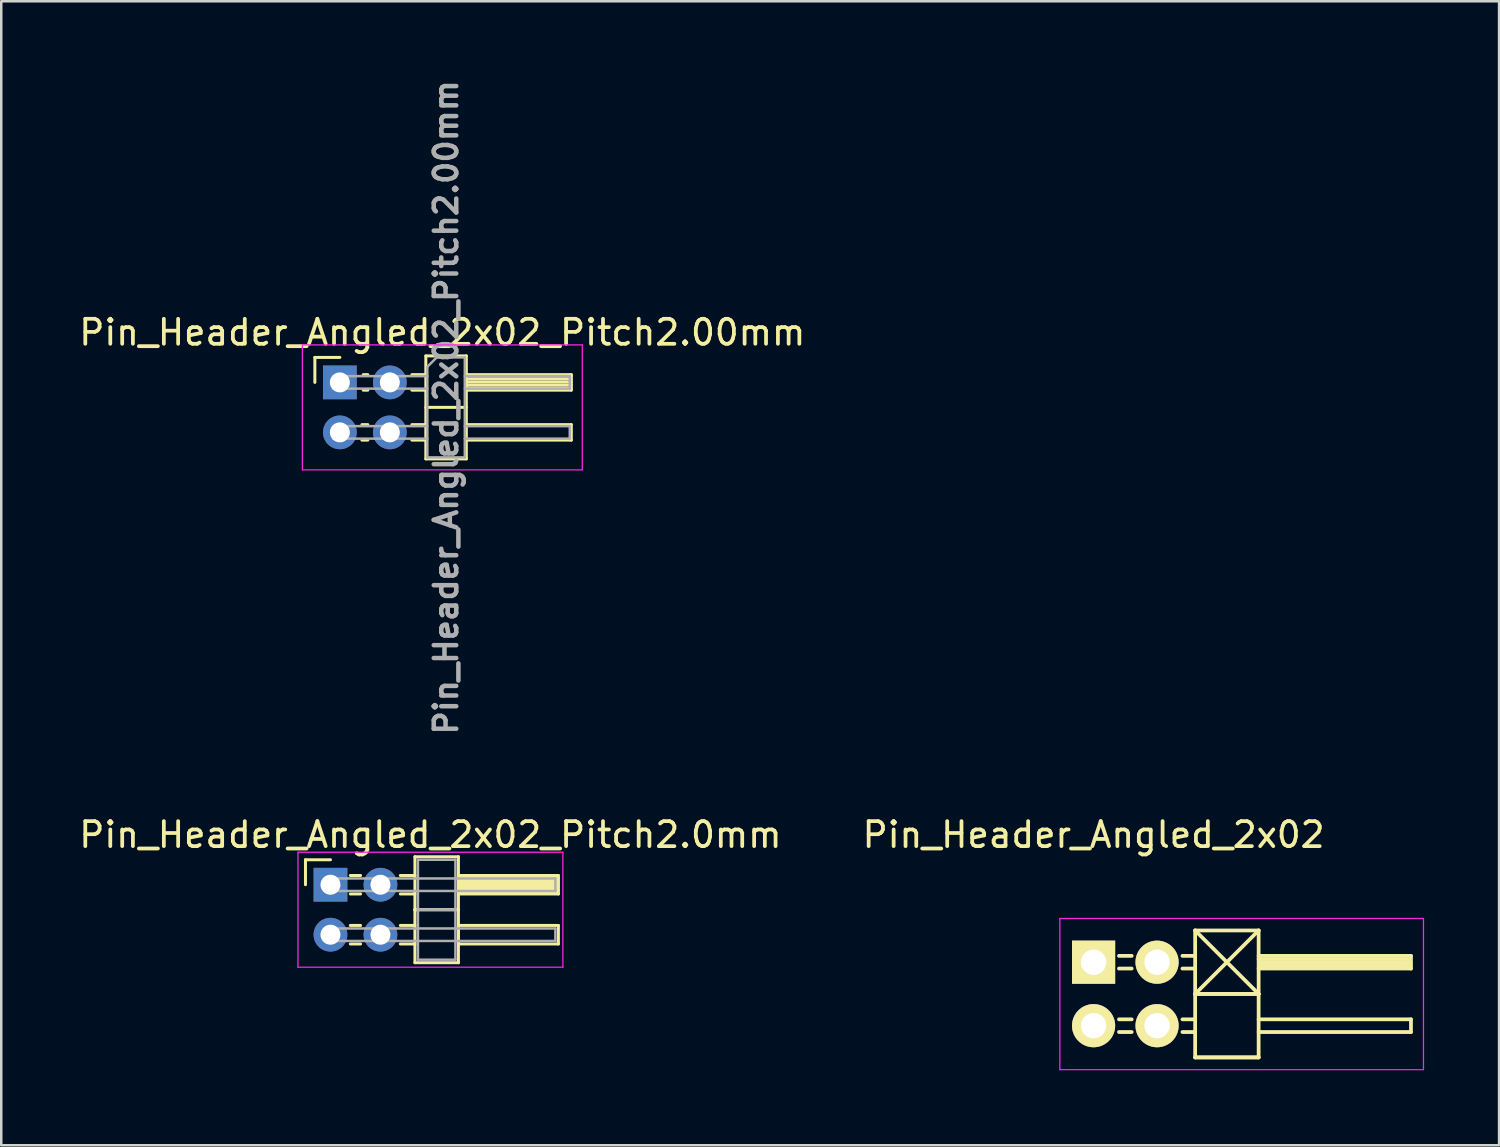
<source format=kicad_pcb>
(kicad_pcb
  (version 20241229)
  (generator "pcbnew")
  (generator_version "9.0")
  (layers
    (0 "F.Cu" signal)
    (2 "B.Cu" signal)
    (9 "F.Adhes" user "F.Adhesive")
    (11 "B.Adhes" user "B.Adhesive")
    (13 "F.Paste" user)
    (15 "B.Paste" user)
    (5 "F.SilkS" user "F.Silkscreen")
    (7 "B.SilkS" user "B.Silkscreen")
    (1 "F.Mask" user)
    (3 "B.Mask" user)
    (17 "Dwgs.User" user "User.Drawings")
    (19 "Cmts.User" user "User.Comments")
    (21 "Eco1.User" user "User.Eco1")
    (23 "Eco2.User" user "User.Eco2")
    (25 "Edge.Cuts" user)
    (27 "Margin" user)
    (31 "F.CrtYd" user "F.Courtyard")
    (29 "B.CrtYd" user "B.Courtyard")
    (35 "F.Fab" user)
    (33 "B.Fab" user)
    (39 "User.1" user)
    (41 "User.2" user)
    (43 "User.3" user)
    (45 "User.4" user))
  (footprint "Pin_Header_Angled_2x02"
    (layer "F.Cu")
    (at 40.708 35.451)
    (property "Reference" "Pin_Header_Angled_2x02" (at 0 -5.1 0) (layer "F.SilkS") (effects (font (size 1 1) (thickness 0.15))))
    (attr through_hole)
    (fp_line (start 1.524 -0.254) (end 1.016 -0.254) (stroke (width 0.15) (type solid)) (layer "F.SilkS"))
    (fp_line (start 1.524 0.254) (end 1.016 0.254) (stroke (width 0.15) (type solid)) (layer "F.SilkS"))
    (fp_line (start 1.524 2.286) (end 1.016 2.286) (stroke (width 0.15) (type solid)) (layer "F.SilkS"))
    (fp_line (start 1.524 2.794) (end 1.016 2.794) (stroke (width 0.15) (type solid)) (layer "F.SilkS"))
    (fp_line (start 4.064 -1.27) (end 4.064 1.27) (stroke (width 0.15) (type solid)) (layer "F.SilkS"))
    (fp_line (start 4.064 -1.27) (end 6.604 -1.27) (stroke (width 0.15) (type solid)) (layer "F.SilkS"))
    (fp_line (start 4.064 -1.27) (end 6.604 1.27) (stroke (width 0.15) (type solid)) (layer "F.SilkS"))
    (fp_line (start 4.064 -0.254) (end 3.556 -0.254) (stroke (width 0.15) (type solid)) (layer "F.SilkS"))
    (fp_line (start 4.064 0.254) (end 3.556 0.254) (stroke (width 0.15) (type solid)) (layer "F.SilkS"))
    (fp_line (start 4.064 1.27) (end 4.064 3.81) (stroke (width 0.15) (type solid)) (layer "F.SilkS"))
    (fp_line (start 4.064 1.27) (end 6.604 1.27) (stroke (width 0.15) (type solid)) (layer "F.SilkS"))
    (fp_line (start 4.064 1.27) (end 6.604 1.27) (stroke (width 0.15) (type solid)) (layer "F.SilkS"))
    (fp_line (start 4.064 2.286) (end 3.556 2.286) (stroke (width 0.15) (type solid)) (layer "F.SilkS"))
    (fp_line (start 4.064 2.794) (end 3.556 2.794) (stroke (width 0.15) (type solid)) (layer "F.SilkS"))
    (fp_line (start 4.064 3.81) (end 6.604 3.81) (stroke (width 0.15) (type solid)) (layer "F.SilkS"))
    (fp_line (start 4.064 3.81) (end 6.604 3.81) (stroke (width 0.15) (type solid)) (layer "F.SilkS"))
    (fp_line (start 6.604 -1.27) (end 4.064 1.27) (stroke (width 0.15) (type solid)) (layer "F.SilkS"))
    (fp_line (start 6.604 -0.254) (end 12.7 -0.254) (stroke (width 0.15) (type solid)) (layer "F.SilkS"))
    (fp_line (start 6.604 -0.127) (end 12.573 -0.127) (stroke (width 0.15) (type solid)) (layer "F.SilkS"))
    (fp_line (start 6.604 1.27) (end 6.604 -1.27) (stroke (width 0.15) (type solid)) (layer "F.SilkS"))
    (fp_line (start 6.604 2.286) (end 12.7 2.286) (stroke (width 0.15) (type solid)) (layer "F.SilkS"))
    (fp_line (start 6.604 3.81) (end 6.604 1.27) (stroke (width 0.15) (type solid)) (layer "F.SilkS"))
    (fp_line (start 6.731 0) (end 12.573 0) (stroke (width 0.15) (type solid)) (layer "F.SilkS"))
    (fp_line (start 6.731 0.127) (end 6.731 0) (stroke (width 0.15) (type solid)) (layer "F.SilkS"))
    (fp_line (start 12.573 -0.127) (end 12.573 0.127) (stroke (width 0.15) (type solid)) (layer "F.SilkS"))
    (fp_line (start 12.573 0.127) (end 6.731 0.127) (stroke (width 0.15) (type solid)) (layer "F.SilkS"))
    (fp_line (start 12.7 -0.254) (end 12.7 0.254) (stroke (width 0.15) (type solid)) (layer "F.SilkS"))
    (fp_line (start 12.7 0.254) (end 6.604 0.254) (stroke (width 0.15) (type solid)) (layer "F.SilkS"))
    (fp_line (start 12.7 2.286) (end 12.7 2.794) (stroke (width 0.15) (type solid)) (layer "F.SilkS"))
    (fp_line (start 12.7 2.794) (end 6.604 2.794) (stroke (width 0.15) (type solid)) (layer "F.SilkS"))
    (fp_line (start -1.35 -1.75) (end -1.35 4.3) (stroke (width 0.05) (type solid)) (layer "F.CrtYd"))
    (fp_line (start -1.35 -1.75) (end 13.2 -1.75) (stroke (width 0.05) (type solid)) (layer "F.CrtYd"))
    (fp_line (start -1.35 4.3) (end 13.2 4.3) (stroke (width 0.05) (type solid)) (layer "F.CrtYd"))
    (fp_line (start 13.2 -1.75) (end 13.2 4.3) (stroke (width 0.05) (type solid)) (layer "F.CrtYd"))
    (pad "1" thru_hole rect (at 0 0) (size 1.727 1.727) (drill 1.016) (layers "*.Cu" "*.Mask" "F.SilkS"))
    (pad "2" thru_hole oval (at 2.54 0) (size 1.727 1.727) (drill 1.016) (layers "*.Cu" "*.Mask" "F.SilkS"))
    (pad "3" thru_hole oval (at 0 2.54) (size 1.727 1.727) (drill 1.016) (layers "*.Cu" "*.Mask" "F.SilkS"))
    (pad "4" thru_hole oval (at 2.54 2.54) (size 1.727 1.727) (drill 1.016) (layers "*.Cu" "*.Mask" "F.SilkS")))
  (footprint "Pin_Header_Angled_2x02_Pitch2.00mm"
    (layer "F.Cu")
    (at 10.549 12.251)
    (property "Reference" "Pin_Header_Angled_2x02_Pitch2.00mm" (at 4.1 -2 0) (layer "F.SilkS") (effects (font (size 1 1) (thickness 0.15))))
    (attr through_hole)
    (fp_line (start -1 -1) (end 0 -1) (stroke (width 0.12) (type solid)) (layer "F.SilkS"))
    (fp_line (start -1 0) (end -1 -1) (stroke (width 0.12) (type solid)) (layer "F.SilkS"))
    (fp_line (start 0.882 1.69) (end 1.118 1.69) (stroke (width 0.12) (type solid)) (layer "F.SilkS"))
    (fp_line (start 0.882 2.31) (end 1.118 2.31) (stroke (width 0.12) (type solid)) (layer "F.SilkS"))
    (fp_line (start 0.935 -0.31) (end 1.118 -0.31) (stroke (width 0.12) (type solid)) (layer "F.SilkS"))
    (fp_line (start 0.935 0.31) (end 1.118 0.31) (stroke (width 0.12) (type solid)) (layer "F.SilkS"))
    (fp_line (start 2.882 -0.31) (end 3.44 -0.31) (stroke (width 0.12) (type solid)) (layer "F.SilkS"))
    (fp_line (start 2.882 0.31) (end 3.44 0.31) (stroke (width 0.12) (type solid)) (layer "F.SilkS"))
    (fp_line (start 2.882 1.69) (end 3.44 1.69) (stroke (width 0.12) (type solid)) (layer "F.SilkS"))
    (fp_line (start 2.882 2.31) (end 3.44 2.31) (stroke (width 0.12) (type solid)) (layer "F.SilkS"))
    (fp_line (start 3.44 -1.06) (end 3.44 3.06) (stroke (width 0.12) (type solid)) (layer "F.SilkS"))
    (fp_line (start 3.44 1) (end 5.06 1) (stroke (width 0.12) (type solid)) (layer "F.SilkS"))
    (fp_line (start 3.44 3.06) (end 5.06 3.06) (stroke (width 0.12) (type solid)) (layer "F.SilkS"))
    (fp_line (start 5.06 -1.06) (end 3.44 -1.06) (stroke (width 0.12) (type solid)) (layer "F.SilkS"))
    (fp_line (start 5.06 -0.31) (end 9.26 -0.31) (stroke (width 0.12) (type solid)) (layer "F.SilkS"))
    (fp_line (start 5.06 -0.25) (end 9.26 -0.25) (stroke (width 0.12) (type solid)) (layer "F.SilkS"))
    (fp_line (start 5.06 -0.13) (end 9.26 -0.13) (stroke (width 0.12) (type solid)) (layer "F.SilkS"))
    (fp_line (start 5.06 -0.01) (end 9.26 -0.01) (stroke (width 0.12) (type solid)) (layer "F.SilkS"))
    (fp_line (start 5.06 0.11) (end 9.26 0.11) (stroke (width 0.12) (type solid)) (layer "F.SilkS"))
    (fp_line (start 5.06 0.23) (end 9.26 0.23) (stroke (width 0.12) (type solid)) (layer "F.SilkS"))
    (fp_line (start 5.06 1.69) (end 9.26 1.69) (stroke (width 0.12) (type solid)) (layer "F.SilkS"))
    (fp_line (start 5.06 3.06) (end 5.06 -1.06) (stroke (width 0.12) (type solid)) (layer "F.SilkS"))
    (fp_line (start 9.26 -0.31) (end 9.26 0.31) (stroke (width 0.12) (type solid)) (layer "F.SilkS"))
    (fp_line (start 9.26 0.31) (end 5.06 0.31) (stroke (width 0.12) (type solid)) (layer "F.SilkS"))
    (fp_line (start 9.26 1.69) (end 9.26 2.31) (stroke (width 0.12) (type solid)) (layer "F.SilkS"))
    (fp_line (start 9.26 2.31) (end 5.06 2.31) (stroke (width 0.12) (type solid)) (layer "F.SilkS"))
    (fp_line (start -1.5 -1.5) (end -1.5 3.5) (stroke (width 0.05) (type solid)) (layer "F.CrtYd"))
    (fp_line (start -1.5 3.5) (end 9.7 3.5) (stroke (width 0.05) (type solid)) (layer "F.CrtYd"))
    (fp_line (start 9.7 -1.5) (end -1.5 -1.5) (stroke (width 0.05) (type solid)) (layer "F.CrtYd"))
    (fp_line (start 9.7 3.5) (end 9.7 -1.5) (stroke (width 0.05) (type solid)) (layer "F.CrtYd"))
    (fp_line (start -0.25 -0.25) (end -0.25 0.25) (stroke (width 0.1) (type solid)) (layer "F.Fab"))
    (fp_line (start -0.25 -0.25) (end 3.5 -0.25) (stroke (width 0.1) (type solid)) (layer "F.Fab"))
    (fp_line (start -0.25 0.25) (end 3.5 0.25) (stroke (width 0.1) (type solid)) (layer "F.Fab"))
    (fp_line (start -0.25 1.75) (end -0.25 2.25) (stroke (width 0.1) (type solid)) (layer "F.Fab"))
    (fp_line (start -0.25 1.75) (end 3.5 1.75) (stroke (width 0.1) (type solid)) (layer "F.Fab"))
    (fp_line (start -0.25 2.25) (end 3.5 2.25) (stroke (width 0.1) (type solid)) (layer "F.Fab"))
    (fp_line (start 3.5 -0.625) (end 3.875 -1) (stroke (width 0.1) (type solid)) (layer "F.Fab"))
    (fp_line (start 3.5 3) (end 3.5 -0.625) (stroke (width 0.1) (type solid)) (layer "F.Fab"))
    (fp_line (start 3.875 -1) (end 5 -1) (stroke (width 0.1) (type solid)) (layer "F.Fab"))
    (fp_line (start 5 -1) (end 5 3) (stroke (width 0.1) (type solid)) (layer "F.Fab"))
    (fp_line (start 5 -0.25) (end 9.2 -0.25) (stroke (width 0.1) (type solid)) (layer "F.Fab"))
    (fp_line (start 5 0.25) (end 9.2 0.25) (stroke (width 0.1) (type solid)) (layer "F.Fab"))
    (fp_line (start 5 1.75) (end 9.2 1.75) (stroke (width 0.1) (type solid)) (layer "F.Fab"))
    (fp_line (start 5 2.25) (end 9.2 2.25) (stroke (width 0.1) (type solid)) (layer "F.Fab"))
    (fp_line (start 5 3) (end 3.5 3) (stroke (width 0.1) (type solid)) (layer "F.Fab"))
    (fp_line (start 9.2 -0.25) (end 9.2 0.25) (stroke (width 0.1) (type solid)) (layer "F.Fab"))
    (fp_line (start 9.2 1.75) (end 9.2 2.25) (stroke (width 0.1) (type solid)) (layer "F.Fab"))
    (fp_text user "${REFERENCE}" (at 4.25 1 90) (layer "F.Fab") (effects (font (size 0.9 0.9) (thickness 0.18))))
    (pad "1" thru_hole rect (at 0 0) (size 1.35 1.35) (drill 0.8) (layers "*.Cu" "*.Mask"))
    (pad "2" thru_hole oval (at 2 0) (size 1.35 1.35) (drill 0.8) (layers "*.Cu" "*.Mask"))
    (pad "3" thru_hole oval (at 0 2) (size 1.35 1.35) (drill 0.8) (layers "*.Cu" "*.Mask"))
    (pad "4" thru_hole oval (at 2 2) (size 1.35 1.35) (drill 0.8) (layers "*.Cu" "*.Mask")))
  (footprint "Pin_Header_Angled_2x02_Pitch2.0mm"
    (layer "F.Cu")
    (at 10.173 32.351)
    (property "Reference" "Pin_Header_Angled_2x02_Pitch2.0mm" (at 4 -2 0) (layer "F.SilkS") (effects (font (size 1 1) (thickness 0.15))))
    (attr through_hole)
    (fp_line (start -1 -1) (end 0 -1) (stroke (width 0.12) (type solid)) (layer "F.SilkS"))
    (fp_line (start -1 0) (end -1 -1) (stroke (width 0.12) (type solid)) (layer "F.SilkS"))
    (fp_line (start 0.795 -0.37) (end 1.205 -0.37) (stroke (width 0.12) (type solid)) (layer "F.SilkS"))
    (fp_line (start 0.795 0.37) (end 1.205 0.37) (stroke (width 0.12) (type solid)) (layer "F.SilkS"))
    (fp_line (start 0.795 1.63) (end 1.205 1.63) (stroke (width 0.12) (type solid)) (layer "F.SilkS"))
    (fp_line (start 0.795 2.37) (end 1.205 2.37) (stroke (width 0.12) (type solid)) (layer "F.SilkS"))
    (fp_line (start 2.795 -0.37) (end 3.38 -0.37) (stroke (width 0.12) (type solid)) (layer "F.SilkS"))
    (fp_line (start 2.795 0.37) (end 3.38 0.37) (stroke (width 0.12) (type solid)) (layer "F.SilkS"))
    (fp_line (start 2.795 1.63) (end 3.38 1.63) (stroke (width 0.12) (type solid)) (layer "F.SilkS"))
    (fp_line (start 2.795 2.37) (end 3.38 2.37) (stroke (width 0.12) (type solid)) (layer "F.SilkS"))
    (fp_line (start 3.38 -1.12) (end 3.38 1) (stroke (width 0.12) (type solid)) (layer "F.SilkS"))
    (fp_line (start 3.38 1) (end 3.38 3.12) (stroke (width 0.12) (type solid)) (layer "F.SilkS"))
    (fp_line (start 3.38 1) (end 5.12 1) (stroke (width 0.12) (type solid)) (layer "F.SilkS"))
    (fp_line (start 3.38 3.12) (end 5.12 3.12) (stroke (width 0.12) (type solid)) (layer "F.SilkS"))
    (fp_line (start 5.12 -1.12) (end 3.38 -1.12) (stroke (width 0.12) (type solid)) (layer "F.SilkS"))
    (fp_line (start 5.12 -0.37) (end 5.12 0.37) (stroke (width 0.12) (type solid)) (layer "F.SilkS"))
    (fp_line (start 5.12 -0.25) (end 9.12 -0.25) (stroke (width 0.12) (type solid)) (layer "F.SilkS"))
    (fp_line (start 5.12 -0.13) (end 9.12 -0.13) (stroke (width 0.12) (type solid)) (layer "F.SilkS"))
    (fp_line (start 5.12 -0.01) (end 9.12 -0.01) (stroke (width 0.12) (type solid)) (layer "F.SilkS"))
    (fp_line (start 5.12 0.11) (end 9.12 0.11) (stroke (width 0.12) (type solid)) (layer "F.SilkS"))
    (fp_line (start 5.12 0.23) (end 9.12 0.23) (stroke (width 0.12) (type solid)) (layer "F.SilkS"))
    (fp_line (start 5.12 0.35) (end 9.12 0.35) (stroke (width 0.12) (type solid)) (layer "F.SilkS"))
    (fp_line (start 5.12 0.37) (end 9.12 0.37) (stroke (width 0.12) (type solid)) (layer "F.SilkS"))
    (fp_line (start 5.12 1) (end 3.38 1) (stroke (width 0.12) (type solid)) (layer "F.SilkS"))
    (fp_line (start 5.12 1) (end 5.12 -1.12) (stroke (width 0.12) (type solid)) (layer "F.SilkS"))
    (fp_line (start 5.12 1.63) (end 5.12 2.37) (stroke (width 0.12) (type solid)) (layer "F.SilkS"))
    (fp_line (start 5.12 2.37) (end 9.12 2.37) (stroke (width 0.12) (type solid)) (layer "F.SilkS"))
    (fp_line (start 5.12 3.12) (end 5.12 1) (stroke (width 0.12) (type solid)) (layer "F.SilkS"))
    (fp_line (start 9.12 -0.37) (end 5.12 -0.37) (stroke (width 0.12) (type solid)) (layer "F.SilkS"))
    (fp_line (start 9.12 0.37) (end 9.12 -0.37) (stroke (width 0.12) (type solid)) (layer "F.SilkS"))
    (fp_line (start 9.12 1.63) (end 5.12 1.63) (stroke (width 0.12) (type solid)) (layer "F.SilkS"))
    (fp_line (start 9.12 2.37) (end 9.12 1.63) (stroke (width 0.12) (type solid)) (layer "F.SilkS"))
    (fp_line (start -1.3 -1.3) (end -1.3 3.3) (stroke (width 0.05) (type solid)) (layer "F.CrtYd"))
    (fp_line (start -1.3 3.3) (end 9.3 3.3) (stroke (width 0.05) (type solid)) (layer "F.CrtYd"))
    (fp_line (start 9.3 -1.3) (end -1.3 -1.3) (stroke (width 0.05) (type solid)) (layer "F.CrtYd"))
    (fp_line (start 9.3 3.3) (end 9.3 -1.3) (stroke (width 0.05) (type solid)) (layer "F.CrtYd"))
    (fp_line (start 0 -0.25) (end 0 0.25) (stroke (width 0.1) (type solid)) (layer "F.Fab"))
    (fp_line (start 0 0.25) (end 9 0.25) (stroke (width 0.1) (type solid)) (layer "F.Fab"))
    (fp_line (start 0 1.75) (end 0 2.25) (stroke (width 0.1) (type solid)) (layer "F.Fab"))
    (fp_line (start 0 2.25) (end 9 2.25) (stroke (width 0.1) (type solid)) (layer "F.Fab"))
    (fp_line (start 3.5 -1) (end 3.5 1) (stroke (width 0.1) (type solid)) (layer "F.Fab"))
    (fp_line (start 3.5 1) (end 3.5 3) (stroke (width 0.1) (type solid)) (layer "F.Fab"))
    (fp_line (start 3.5 1) (end 5 1) (stroke (width 0.1) (type solid)) (layer "F.Fab"))
    (fp_line (start 3.5 3) (end 5 3) (stroke (width 0.1) (type solid)) (layer "F.Fab"))
    (fp_line (start 5 -1) (end 3.5 -1) (stroke (width 0.1) (type solid)) (layer "F.Fab"))
    (fp_line (start 5 1) (end 3.5 1) (stroke (width 0.1) (type solid)) (layer "F.Fab"))
    (fp_line (start 5 1) (end 5 -1) (stroke (width 0.1) (type solid)) (layer "F.Fab"))
    (fp_line (start 5 3) (end 5 1) (stroke (width 0.1) (type solid)) (layer "F.Fab"))
    (fp_line (start 9 -0.25) (end 0 -0.25) (stroke (width 0.1) (type solid)) (layer "F.Fab"))
    (fp_line (start 9 0.25) (end 9 -0.25) (stroke (width 0.1) (type solid)) (layer "F.Fab"))
    (fp_line (start 9 1.75) (end 0 1.75) (stroke (width 0.1) (type solid)) (layer "F.Fab"))
    (fp_line (start 9 2.25) (end 9 1.75) (stroke (width 0.1) (type solid)) (layer "F.Fab"))
    (pad "1" thru_hole rect (at 0 0) (size 1.35 1.35) (drill 0.8) (layers "*.Cu" "*.Mask"))
    (pad "2" thru_hole oval (at 2 0) (size 1.35 1.35) (drill 0.8) (layers "*.Cu" "*.Mask"))
    (pad "3" thru_hole oval (at 0 2) (size 1.35 1.35) (drill 0.8) (layers "*.Cu" "*.Mask"))
    (pad "4" thru_hole oval (at 2 2) (size 1.35 1.35) (drill 0.8) (layers "*.Cu" "*.Mask")))
  (gr_rect
    (start -3 -3)
    (end 56.933 42.776)
    (stroke (width 0.1) (type default))
    (fill no)
    (layer "Edge.Cuts")))
</source>
